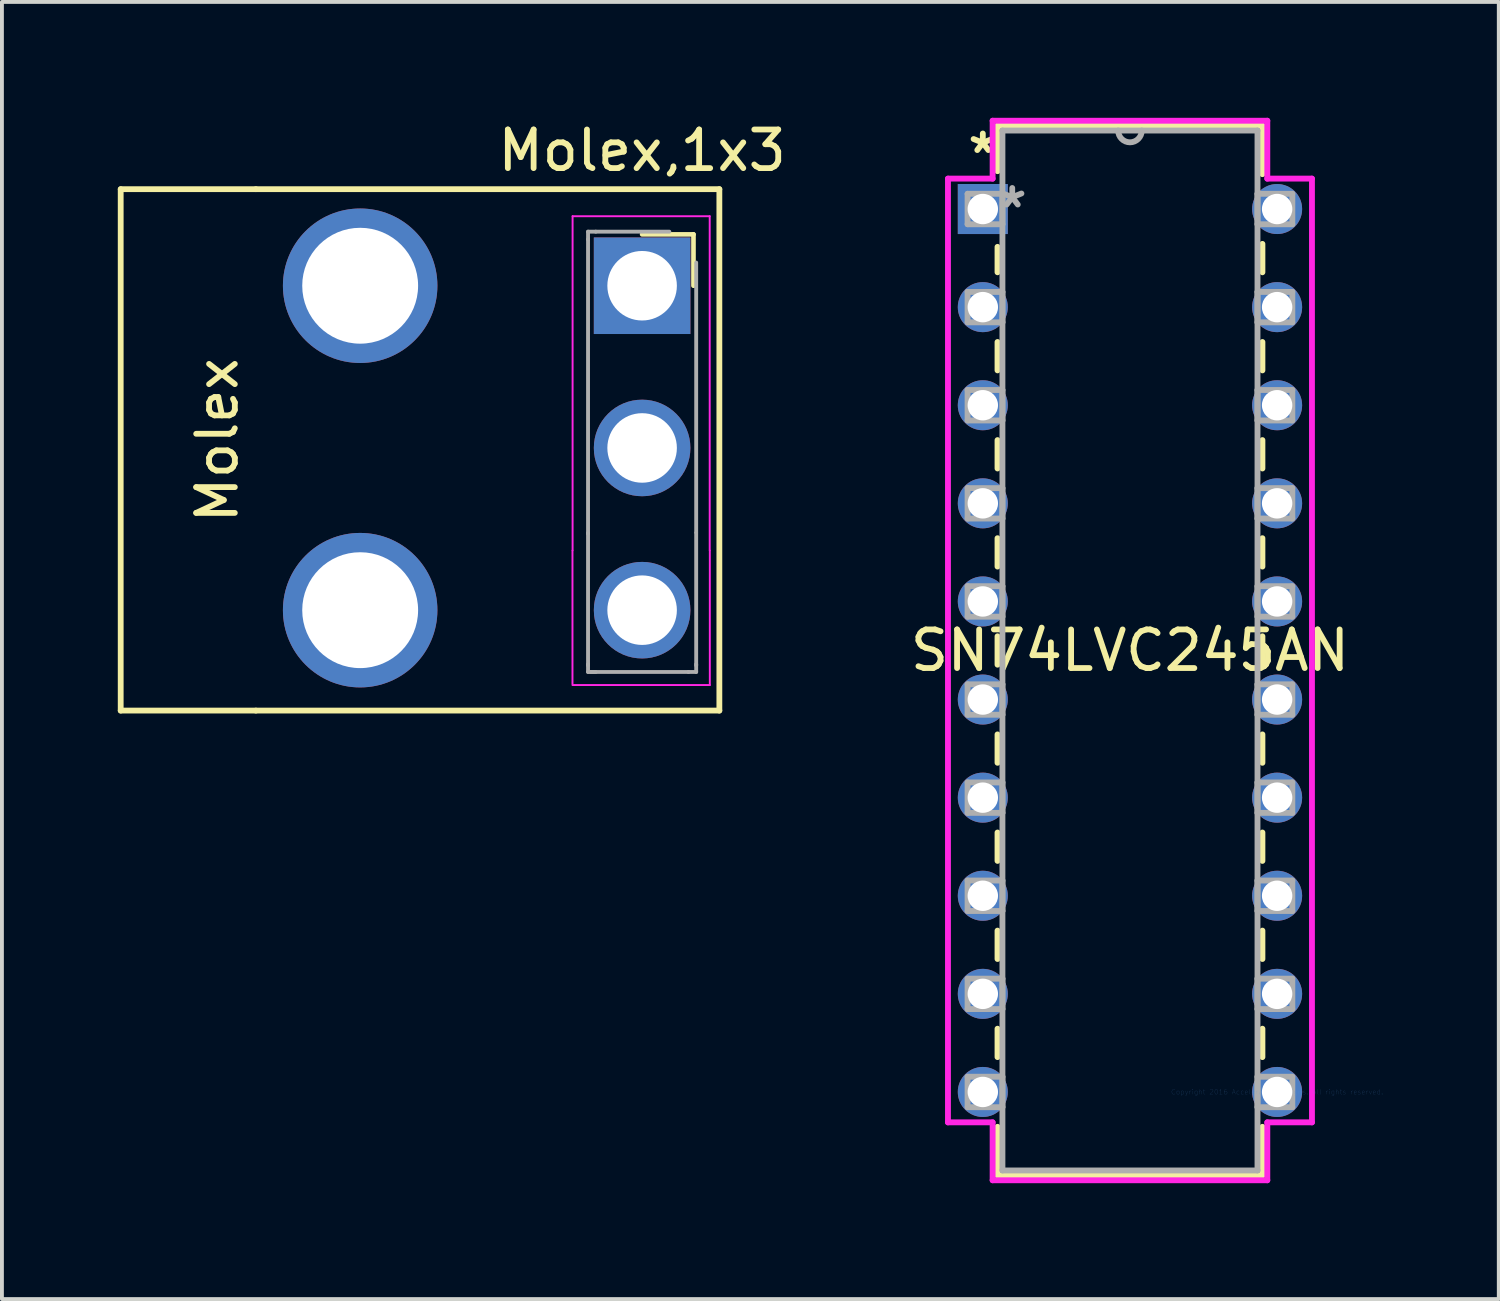
<source format=kicad_pcb>
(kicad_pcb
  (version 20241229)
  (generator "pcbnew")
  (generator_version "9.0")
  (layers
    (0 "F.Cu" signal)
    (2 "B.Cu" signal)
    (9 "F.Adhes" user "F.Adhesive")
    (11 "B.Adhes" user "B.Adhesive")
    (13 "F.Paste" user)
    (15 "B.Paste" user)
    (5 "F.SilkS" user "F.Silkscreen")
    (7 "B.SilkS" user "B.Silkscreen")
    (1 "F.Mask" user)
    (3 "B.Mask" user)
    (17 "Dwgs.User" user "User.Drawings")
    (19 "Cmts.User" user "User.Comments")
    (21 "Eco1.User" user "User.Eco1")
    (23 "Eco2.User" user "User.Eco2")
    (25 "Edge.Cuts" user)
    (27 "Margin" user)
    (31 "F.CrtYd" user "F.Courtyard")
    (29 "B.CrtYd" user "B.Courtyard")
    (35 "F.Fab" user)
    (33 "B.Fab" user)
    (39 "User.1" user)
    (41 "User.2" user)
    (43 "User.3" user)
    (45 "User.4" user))
  (footprint "Molex,1x3"
    (layer "F.Cu")
    (at 13.575 4.348)
    (property "Reference" "Molex,1x3" (at 0 -3.5 0) (layer "F.SilkS") (effects (font (size 1 1) (thickness 0.15))))
    (attr through_hole)
    (fp_line (start -13.5 11) (end -13.5 -2.5) (stroke (width 0.15) (type solid)) (layer "F.SilkS"))
    (fp_line (start -13.5 11) (end -10 11) (stroke (width 0.15) (type solid)) (layer "F.SilkS"))
    (fp_line (start -10 -2.5) (end -13.5 -2.5) (stroke (width 0.15) (type solid)) (layer "F.SilkS"))
    (fp_line (start -10 -2.5) (end 2 -2.5) (stroke (width 0.15) (type solid)) (layer "F.SilkS"))
    (fp_line (start 0 -1.33) (end 1.33 -1.33) (stroke (width 0.12) (type solid)) (layer "F.SilkS"))
    (fp_line (start 1.33 -1.33) (end 1.33 0) (stroke (width 0.12) (type solid)) (layer "F.SilkS"))
    (fp_line (start 2 -2.5) (end 2 11) (stroke (width 0.15) (type solid)) (layer "F.SilkS"))
    (fp_line (start 2 11) (end -10 11) (stroke (width 0.15) (type solid)) (layer "F.SilkS"))
    (fp_line (start -1.803 10.312) (end -1.803 6.858) (stroke (width 0.05) (type solid)) (layer "F.CrtYd"))
    (fp_line (start -1.8 -1.8) (end 1.75 -1.8) (stroke (width 0.05) (type solid)) (layer "F.CrtYd"))
    (fp_line (start -1.8 6.85) (end -1.8 -1.8) (stroke (width 0.05) (type solid)) (layer "F.CrtYd"))
    (fp_line (start 1.75 -1.8) (end 1.75 6.85) (stroke (width 0.05) (type solid)) (layer "F.CrtYd"))
    (fp_line (start 1.753 6.858) (end 1.753 10.338) (stroke (width 0.05) (type solid)) (layer "F.CrtYd"))
    (fp_line (start 1.753 10.338) (end -1.803 10.338) (stroke (width 0.05) (type solid)) (layer "F.CrtYd"))
    (fp_line (start -1.4 -1.4) (end -1.4 -1.2) (stroke (width 0.1) (type solid)) (layer "F.Fab"))
    (fp_line (start -1.4 6.42) (end -1.4 -1.2) (stroke (width 0.1) (type solid)) (layer "F.Fab"))
    (fp_line (start -1.4 9.8) (end -1.4 10) (stroke (width 0.1) (type solid)) (layer "F.Fab"))
    (fp_line (start -1.4 9.829) (end -1.4 6.4) (stroke (width 0.1) (type solid)) (layer "F.Fab"))
    (fp_line (start -1.4 10) (end -1.2 10) (stroke (width 0.1) (type solid)) (layer "F.Fab"))
    (fp_line (start -1.2 -1.4) (end -1.4 -1.4) (stroke (width 0.1) (type solid)) (layer "F.Fab"))
    (fp_line (start -1.2 -1.4) (end 0.705 -1.4) (stroke (width 0.1) (type solid)) (layer "F.Fab"))
    (fp_line (start 1.2 10) (end -1.34 10) (stroke (width 0.1) (type solid)) (layer "F.Fab"))
    (fp_line (start 1.4 -0.6) (end 1.4 6.385) (stroke (width 0.1) (type solid)) (layer "F.Fab"))
    (fp_line (start 1.4 6.4) (end 1.4 9.829) (stroke (width 0.1) (type solid)) (layer "F.Fab"))
    (fp_line (start 1.4 9.8) (end 1.4 10) (stroke (width 0.1) (type solid)) (layer "F.Fab"))
    (fp_line (start 1.4 10) (end 1.2 10) (stroke (width 0.1) (type solid)) (layer "F.Fab"))
    (fp_text user "Molex" (at -11 4 90) (layer "F.SilkS") (effects (font (size 1 1) (thickness 0.15))))
    (pad "" np_thru_hole circle (at -7.3 0) (size 4 4) (drill 3) (layers "*.Cu" "*.Mask"))
    (pad "" np_thru_hole circle (at -7.3 8.4) (size 4 4) (drill 3) (layers "*.Cu" "*.Mask"))
    (pad "1" thru_hole rect (at 0 0) (size 2.5 2.5) (drill 1.8) (layers "*.Cu" "*.Mask"))
    (pad "2" thru_hole circle (at 0 4.2) (size 2.5 2.5) (drill 1.8) (layers "*.Cu" "*.Mask"))
    (pad "3" thru_hole oval (at 0 8.4) (size 2.5 2.5) (drill 1.8) (layers "*.Cu" "*.Mask")))
  (footprint "SN74LVC245AN"
    (layer "F.Cu")
    (at 30.016 25.222)
    (property "Reference" "SN74LVC245AN" (at -3.81 -11.43 0) (layer "F.SilkS") (effects (font (size 1 1) (thickness 0.15))))
    (attr through_hole)
    (fp_line (start -7.239 -25.019) (end -7.239 -23.84) (stroke (width 0.152) (type solid)) (layer "F.SilkS"))
    (fp_line (start -7.239 -21.88) (end -7.239 -21.223) (stroke (width 0.152) (type solid)) (layer "F.SilkS"))
    (fp_line (start -7.239 -19.417) (end -7.239 -18.683) (stroke (width 0.152) (type solid)) (layer "F.SilkS"))
    (fp_line (start -7.239 -16.877) (end -7.239 -16.143) (stroke (width 0.152) (type solid)) (layer "F.SilkS"))
    (fp_line (start -7.239 -14.337) (end -7.239 -13.603) (stroke (width 0.152) (type solid)) (layer "F.SilkS"))
    (fp_line (start -7.239 -11.797) (end -7.239 -11.063) (stroke (width 0.152) (type solid)) (layer "F.SilkS"))
    (fp_line (start -7.239 -9.257) (end -7.239 -8.523) (stroke (width 0.152) (type solid)) (layer "F.SilkS"))
    (fp_line (start -7.239 -6.717) (end -7.239 -5.983) (stroke (width 0.152) (type solid)) (layer "F.SilkS"))
    (fp_line (start -7.239 -4.177) (end -7.239 -3.443) (stroke (width 0.152) (type solid)) (layer "F.SilkS"))
    (fp_line (start -7.239 -1.637) (end -7.239 -0.903) (stroke (width 0.152) (type solid)) (layer "F.SilkS"))
    (fp_line (start -7.239 0.903) (end -7.239 2.159) (stroke (width 0.152) (type solid)) (layer "F.SilkS"))
    (fp_line (start -7.239 2.159) (end -0.381 2.159) (stroke (width 0.152) (type solid)) (layer "F.SilkS"))
    (fp_line (start -0.381 -25.019) (end -7.239 -25.019) (stroke (width 0.152) (type solid)) (layer "F.SilkS"))
    (fp_line (start -0.381 -23.763) (end -0.381 -25.019) (stroke (width 0.152) (type solid)) (layer "F.SilkS"))
    (fp_line (start -0.381 -21.223) (end -0.381 -21.957) (stroke (width 0.152) (type solid)) (layer "F.SilkS"))
    (fp_line (start -0.381 -18.683) (end -0.381 -19.417) (stroke (width 0.152) (type solid)) (layer "F.SilkS"))
    (fp_line (start -0.381 -16.143) (end -0.381 -16.877) (stroke (width 0.152) (type solid)) (layer "F.SilkS"))
    (fp_line (start -0.381 -13.603) (end -0.381 -14.337) (stroke (width 0.152) (type solid)) (layer "F.SilkS"))
    (fp_line (start -0.381 -11.063) (end -0.381 -11.797) (stroke (width 0.152) (type solid)) (layer "F.SilkS"))
    (fp_line (start -0.381 -8.523) (end -0.381 -9.257) (stroke (width 0.152) (type solid)) (layer "F.SilkS"))
    (fp_line (start -0.381 -5.983) (end -0.381 -6.717) (stroke (width 0.152) (type solid)) (layer "F.SilkS"))
    (fp_line (start -0.381 -3.443) (end -0.381 -4.177) (stroke (width 0.152) (type solid)) (layer "F.SilkS"))
    (fp_line (start -0.381 -0.903) (end -0.381 -1.637) (stroke (width 0.152) (type solid)) (layer "F.SilkS"))
    (fp_line (start -0.381 2.159) (end -0.381 0.903) (stroke (width 0.152) (type solid)) (layer "F.SilkS"))
    (fp_line (start -8.522 -23.647) (end -8.522 0.787) (stroke (width 0.152) (type solid)) (layer "F.CrtYd"))
    (fp_line (start -8.522 0.787) (end -7.366 0.787) (stroke (width 0.152) (type solid)) (layer "F.CrtYd"))
    (fp_line (start -7.366 -25.146) (end -7.366 -23.647) (stroke (width 0.152) (type solid)) (layer "F.CrtYd"))
    (fp_line (start -7.366 -23.647) (end -8.522 -23.647) (stroke (width 0.152) (type solid)) (layer "F.CrtYd"))
    (fp_line (start -7.366 0.787) (end -7.366 2.286) (stroke (width 0.152) (type solid)) (layer "F.CrtYd"))
    (fp_line (start -7.366 2.286) (end -0.254 2.286) (stroke (width 0.152) (type solid)) (layer "F.CrtYd"))
    (fp_line (start -0.254 -25.146) (end -7.366 -25.146) (stroke (width 0.152) (type solid)) (layer "F.CrtYd"))
    (fp_line (start -0.254 -23.647) (end -0.254 -25.146) (stroke (width 0.152) (type solid)) (layer "F.CrtYd"))
    (fp_line (start -0.254 0.787) (end 0.902 0.787) (stroke (width 0.152) (type solid)) (layer "F.CrtYd"))
    (fp_line (start -0.254 2.286) (end -0.254 0.787) (stroke (width 0.152) (type solid)) (layer "F.CrtYd"))
    (fp_line (start 0.902 -23.647) (end -0.254 -23.647) (stroke (width 0.152) (type solid)) (layer "F.CrtYd"))
    (fp_line (start 0.902 0.787) (end 0.902 -23.647) (stroke (width 0.152) (type solid)) (layer "F.CrtYd"))
    (fp_line (start -8.014 -23.254) (end -8.014 -22.466) (stroke (width 0.152) (type solid)) (layer "F.Fab"))
    (fp_line (start -8.014 -22.466) (end -7.112 -22.466) (stroke (width 0.152) (type solid)) (layer "F.Fab"))
    (fp_line (start -8.014 -20.714) (end -8.014 -19.926) (stroke (width 0.152) (type solid)) (layer "F.Fab"))
    (fp_line (start -8.014 -19.926) (end -7.112 -19.926) (stroke (width 0.152) (type solid)) (layer "F.Fab"))
    (fp_line (start -8.014 -18.174) (end -8.014 -17.386) (stroke (width 0.152) (type solid)) (layer "F.Fab"))
    (fp_line (start -8.014 -17.386) (end -7.112 -17.386) (stroke (width 0.152) (type solid)) (layer "F.Fab"))
    (fp_line (start -8.014 -15.634) (end -8.014 -14.846) (stroke (width 0.152) (type solid)) (layer "F.Fab"))
    (fp_line (start -8.014 -14.846) (end -7.112 -14.846) (stroke (width 0.152) (type solid)) (layer "F.Fab"))
    (fp_line (start -8.014 -13.094) (end -8.014 -12.306) (stroke (width 0.152) (type solid)) (layer "F.Fab"))
    (fp_line (start -8.014 -12.306) (end -7.112 -12.306) (stroke (width 0.152) (type solid)) (layer "F.Fab"))
    (fp_line (start -8.014 -10.554) (end -8.014 -9.766) (stroke (width 0.152) (type solid)) (layer "F.Fab"))
    (fp_line (start -8.014 -9.766) (end -7.112 -9.766) (stroke (width 0.152) (type solid)) (layer "F.Fab"))
    (fp_line (start -8.014 -8.014) (end -8.014 -7.226) (stroke (width 0.152) (type solid)) (layer "F.Fab"))
    (fp_line (start -8.014 -7.226) (end -7.112 -7.226) (stroke (width 0.152) (type solid)) (layer "F.Fab"))
    (fp_line (start -8.014 -5.474) (end -8.014 -4.686) (stroke (width 0.152) (type solid)) (layer "F.Fab"))
    (fp_line (start -8.014 -4.686) (end -7.112 -4.686) (stroke (width 0.152) (type solid)) (layer "F.Fab"))
    (fp_line (start -8.014 -2.934) (end -8.014 -2.146) (stroke (width 0.152) (type solid)) (layer "F.Fab"))
    (fp_line (start -8.014 -2.146) (end -7.112 -2.146) (stroke (width 0.152) (type solid)) (layer "F.Fab"))
    (fp_line (start -8.014 -0.394) (end -8.014 0.394) (stroke (width 0.152) (type solid)) (layer "F.Fab"))
    (fp_line (start -8.014 0.394) (end -7.112 0.394) (stroke (width 0.152) (type solid)) (layer "F.Fab"))
    (fp_line (start -7.112 -24.892) (end -7.112 2.032) (stroke (width 0.152) (type solid)) (layer "F.Fab"))
    (fp_line (start -7.112 -23.254) (end -8.014 -23.254) (stroke (width 0.152) (type solid)) (layer "F.Fab"))
    (fp_line (start -7.112 -22.466) (end -7.112 -23.254) (stroke (width 0.152) (type solid)) (layer "F.Fab"))
    (fp_line (start -7.112 -20.714) (end -8.014 -20.714) (stroke (width 0.152) (type solid)) (layer "F.Fab"))
    (fp_line (start -7.112 -19.926) (end -7.112 -20.714) (stroke (width 0.152) (type solid)) (layer "F.Fab"))
    (fp_line (start -7.112 -18.174) (end -8.014 -18.174) (stroke (width 0.152) (type solid)) (layer "F.Fab"))
    (fp_line (start -7.112 -17.386) (end -7.112 -18.174) (stroke (width 0.152) (type solid)) (layer "F.Fab"))
    (fp_line (start -7.112 -15.634) (end -8.014 -15.634) (stroke (width 0.152) (type solid)) (layer "F.Fab"))
    (fp_line (start -7.112 -14.846) (end -7.112 -15.634) (stroke (width 0.152) (type solid)) (layer "F.Fab"))
    (fp_line (start -7.112 -13.094) (end -8.014 -13.094) (stroke (width 0.152) (type solid)) (layer "F.Fab"))
    (fp_line (start -7.112 -12.306) (end -7.112 -13.094) (stroke (width 0.152) (type solid)) (layer "F.Fab"))
    (fp_line (start -7.112 -10.554) (end -8.014 -10.554) (stroke (width 0.152) (type solid)) (layer "F.Fab"))
    (fp_line (start -7.112 -9.766) (end -7.112 -10.554) (stroke (width 0.152) (type solid)) (layer "F.Fab"))
    (fp_line (start -7.112 -8.014) (end -8.014 -8.014) (stroke (width 0.152) (type solid)) (layer "F.Fab"))
    (fp_line (start -7.112 -7.226) (end -7.112 -8.014) (stroke (width 0.152) (type solid)) (layer "F.Fab"))
    (fp_line (start -7.112 -5.474) (end -8.014 -5.474) (stroke (width 0.152) (type solid)) (layer "F.Fab"))
    (fp_line (start -7.112 -4.686) (end -7.112 -5.474) (stroke (width 0.152) (type solid)) (layer "F.Fab"))
    (fp_line (start -7.112 -2.934) (end -8.014 -2.934) (stroke (width 0.152) (type solid)) (layer "F.Fab"))
    (fp_line (start -7.112 -2.146) (end -7.112 -2.934) (stroke (width 0.152) (type solid)) (layer "F.Fab"))
    (fp_line (start -7.112 -0.394) (end -8.014 -0.394) (stroke (width 0.152) (type solid)) (layer "F.Fab"))
    (fp_line (start -7.112 0.394) (end -7.112 -0.394) (stroke (width 0.152) (type solid)) (layer "F.Fab"))
    (fp_line (start -7.112 2.032) (end -0.508 2.032) (stroke (width 0.152) (type solid)) (layer "F.Fab"))
    (fp_line (start -0.508 -24.892) (end -7.112 -24.892) (stroke (width 0.152) (type solid)) (layer "F.Fab"))
    (fp_line (start -0.508 -23.254) (end -0.508 -22.466) (stroke (width 0.152) (type solid)) (layer "F.Fab"))
    (fp_line (start -0.508 -22.466) (end 0.394 -22.466) (stroke (width 0.152) (type solid)) (layer "F.Fab"))
    (fp_line (start -0.508 -20.714) (end -0.508 -19.926) (stroke (width 0.152) (type solid)) (layer "F.Fab"))
    (fp_line (start -0.508 -19.926) (end 0.394 -19.926) (stroke (width 0.152) (type solid)) (layer "F.Fab"))
    (fp_line (start -0.508 -18.174) (end -0.508 -17.386) (stroke (width 0.152) (type solid)) (layer "F.Fab"))
    (fp_line (start -0.508 -17.386) (end 0.394 -17.386) (stroke (width 0.152) (type solid)) (layer "F.Fab"))
    (fp_line (start -0.508 -15.634) (end -0.508 -14.846) (stroke (width 0.152) (type solid)) (layer "F.Fab"))
    (fp_line (start -0.508 -14.846) (end 0.394 -14.846) (stroke (width 0.152) (type solid)) (layer "F.Fab"))
    (fp_line (start -0.508 -13.094) (end -0.508 -12.306) (stroke (width 0.152) (type solid)) (layer "F.Fab"))
    (fp_line (start -0.508 -12.306) (end 0.394 -12.306) (stroke (width 0.152) (type solid)) (layer "F.Fab"))
    (fp_line (start -0.508 -10.554) (end -0.508 -9.766) (stroke (width 0.152) (type solid)) (layer "F.Fab"))
    (fp_line (start -0.508 -9.766) (end 0.394 -9.766) (stroke (width 0.152) (type solid)) (layer "F.Fab"))
    (fp_line (start -0.508 -8.014) (end -0.508 -7.226) (stroke (width 0.152) (type solid)) (layer "F.Fab"))
    (fp_line (start -0.508 -7.226) (end 0.394 -7.226) (stroke (width 0.152) (type solid)) (layer "F.Fab"))
    (fp_line (start -0.508 -5.474) (end -0.508 -4.686) (stroke (width 0.152) (type solid)) (layer "F.Fab"))
    (fp_line (start -0.508 -4.686) (end 0.394 -4.686) (stroke (width 0.152) (type solid)) (layer "F.Fab"))
    (fp_line (start -0.508 -2.934) (end -0.508 -2.146) (stroke (width 0.152) (type solid)) (layer "F.Fab"))
    (fp_line (start -0.508 -2.146) (end 0.394 -2.146) (stroke (width 0.152) (type solid)) (layer "F.Fab"))
    (fp_line (start -0.508 -0.394) (end -0.508 0.394) (stroke (width 0.152) (type solid)) (layer "F.Fab"))
    (fp_line (start -0.508 0.394) (end 0.394 0.394) (stroke (width 0.152) (type solid)) (layer "F.Fab"))
    (fp_line (start -0.508 2.032) (end -0.508 -24.892) (stroke (width 0.152) (type solid)) (layer "F.Fab"))
    (fp_line (start 0.394 -23.254) (end -0.508 -23.254) (stroke (width 0.152) (type solid)) (layer "F.Fab"))
    (fp_line (start 0.394 -22.466) (end 0.394 -23.254) (stroke (width 0.152) (type solid)) (layer "F.Fab"))
    (fp_line (start 0.394 -20.714) (end -0.508 -20.714) (stroke (width 0.152) (type solid)) (layer "F.Fab"))
    (fp_line (start 0.394 -19.926) (end 0.394 -20.714) (stroke (width 0.152) (type solid)) (layer "F.Fab"))
    (fp_line (start 0.394 -18.174) (end -0.508 -18.174) (stroke (width 0.152) (type solid)) (layer "F.Fab"))
    (fp_line (start 0.394 -17.386) (end 0.394 -18.174) (stroke (width 0.152) (type solid)) (layer "F.Fab"))
    (fp_line (start 0.394 -15.634) (end -0.508 -15.634) (stroke (width 0.152) (type solid)) (layer "F.Fab"))
    (fp_line (start 0.394 -14.846) (end 0.394 -15.634) (stroke (width 0.152) (type solid)) (layer "F.Fab"))
    (fp_line (start 0.394 -13.094) (end -0.508 -13.094) (stroke (width 0.152) (type solid)) (layer "F.Fab"))
    (fp_line (start 0.394 -12.306) (end 0.394 -13.094) (stroke (width 0.152) (type solid)) (layer "F.Fab"))
    (fp_line (start 0.394 -10.554) (end -0.508 -10.554) (stroke (width 0.152) (type solid)) (layer "F.Fab"))
    (fp_line (start 0.394 -9.766) (end 0.394 -10.554) (stroke (width 0.152) (type solid)) (layer "F.Fab"))
    (fp_line (start 0.394 -8.014) (end -0.508 -8.014) (stroke (width 0.152) (type solid)) (layer "F.Fab"))
    (fp_line (start 0.394 -7.226) (end 0.394 -8.014) (stroke (width 0.152) (type solid)) (layer "F.Fab"))
    (fp_line (start 0.394 -5.474) (end -0.508 -5.474) (stroke (width 0.152) (type solid)) (layer "F.Fab"))
    (fp_line (start 0.394 -4.686) (end 0.394 -5.474) (stroke (width 0.152) (type solid)) (layer "F.Fab"))
    (fp_line (start 0.394 -2.934) (end -0.508 -2.934) (stroke (width 0.152) (type solid)) (layer "F.Fab"))
    (fp_line (start 0.394 -2.146) (end 0.394 -2.934) (stroke (width 0.152) (type solid)) (layer "F.Fab"))
    (fp_line (start 0.394 -0.394) (end -0.508 -0.394) (stroke (width 0.152) (type solid)) (layer "F.Fab"))
    (fp_line (start 0.394 0.394) (end 0.394 -0.394) (stroke (width 0.152) (type solid)) (layer "F.Fab"))
    (fp_arc (start -3.5052 -24.892) (mid -3.81 -24.5872) (end -4.1148 -24.892) (stroke (width 0.1524) (type solid)) (layer "F.Fab"))
    (fp_text user "*" (at -7.62 -24.27 0) (layer "F.SilkS") (effects (font (size 1 1) (thickness 0.15))))
    (fp_text user "Copyright 2016 Accelerated Designs. All rights reserved." (at 0 0 0) (layer "Cmts.User") (effects (font (size 0.127 0.127) (thickness 0.002))))
    (fp_text user "*" (at -6.858 -22.86 0) (layer "F.Fab") (effects (font (size 1 1) (thickness 0.15))))
    (pad "1" thru_hole rect (at -7.62 -22.86) (size 1.295 1.295) (drill 0.787) (layers "*.Cu" "*.Mask"))
    (pad "2" thru_hole circle (at -7.62 -20.32) (size 1.295 1.295) (drill 0.787) (layers "*.Cu" "*.Mask"))
    (pad "3" thru_hole circle (at -7.62 -17.78) (size 1.295 1.295) (drill 0.787) (layers "*.Cu" "*.Mask"))
    (pad "4" thru_hole circle (at -7.62 -15.24) (size 1.295 1.295) (drill 0.787) (layers "*.Cu" "*.Mask"))
    (pad "5" thru_hole circle (at -7.62 -12.7) (size 1.295 1.295) (drill 0.787) (layers "*.Cu" "*.Mask"))
    (pad "6" thru_hole circle (at -7.62 -10.16) (size 1.295 1.295) (drill 0.787) (layers "*.Cu" "*.Mask"))
    (pad "7" thru_hole circle (at -7.62 -7.62) (size 1.295 1.295) (drill 0.787) (layers "*.Cu" "*.Mask"))
    (pad "8" thru_hole circle (at -7.62 -5.08) (size 1.295 1.295) (drill 0.787) (layers "*.Cu" "*.Mask"))
    (pad "9" thru_hole circle (at -7.62 -2.54) (size 1.295 1.295) (drill 0.787) (layers "*.Cu" "*.Mask"))
    (pad "10" thru_hole circle (at -7.62 0) (size 1.295 1.295) (drill 0.787) (layers "*.Cu" "*.Mask"))
    (pad "11" thru_hole circle (at 0 0) (size 1.295 1.295) (drill 0.787) (layers "*.Cu" "*.Mask"))
    (pad "12" thru_hole circle (at 0 -2.54) (size 1.295 1.295) (drill 0.787) (layers "*.Cu" "*.Mask"))
    (pad "13" thru_hole circle (at 0 -5.08) (size 1.295 1.295) (drill 0.787) (layers "*.Cu" "*.Mask"))
    (pad "14" thru_hole circle (at 0 -7.62) (size 1.295 1.295) (drill 0.787) (layers "*.Cu" "*.Mask"))
    (pad "15" thru_hole circle (at 0 -10.16) (size 1.295 1.295) (drill 0.787) (layers "*.Cu" "*.Mask"))
    (pad "16" thru_hole circle (at 0 -12.7) (size 1.295 1.295) (drill 0.787) (layers "*.Cu" "*.Mask"))
    (pad "17" thru_hole circle (at 0 -15.24) (size 1.295 1.295) (drill 0.787) (layers "*.Cu" "*.Mask"))
    (pad "18" thru_hole circle (at 0 -17.78) (size 1.295 1.295) (drill 0.787) (layers "*.Cu" "*.Mask"))
    (pad "19" thru_hole circle (at 0 -20.32) (size 1.295 1.295) (drill 0.787) (layers "*.Cu" "*.Mask"))
    (pad "20" thru_hole circle (at 0 -22.86) (size 1.295 1.295) (drill 0.787) (layers "*.Cu" "*.Mask")))
  (gr_rect
    (start -3 -3)
    (end 35.755 30.584)
    (stroke (width 0.1) (type default))
    (fill no)
    (layer "Edge.Cuts")))
</source>
